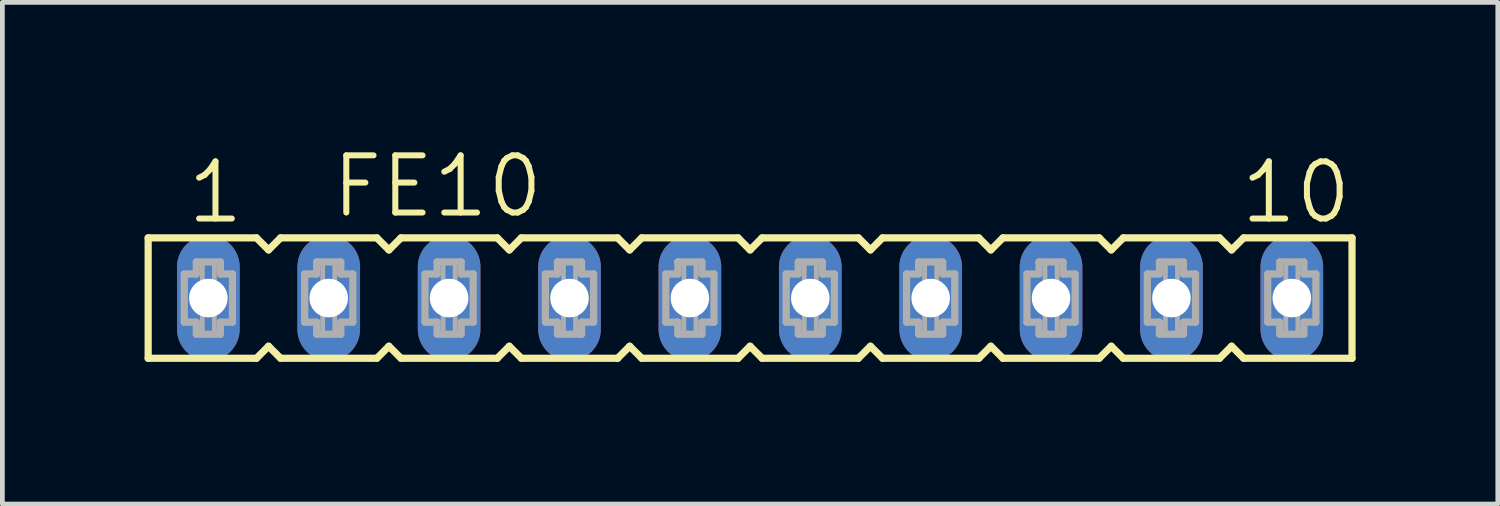
<source format=kicad_pcb>
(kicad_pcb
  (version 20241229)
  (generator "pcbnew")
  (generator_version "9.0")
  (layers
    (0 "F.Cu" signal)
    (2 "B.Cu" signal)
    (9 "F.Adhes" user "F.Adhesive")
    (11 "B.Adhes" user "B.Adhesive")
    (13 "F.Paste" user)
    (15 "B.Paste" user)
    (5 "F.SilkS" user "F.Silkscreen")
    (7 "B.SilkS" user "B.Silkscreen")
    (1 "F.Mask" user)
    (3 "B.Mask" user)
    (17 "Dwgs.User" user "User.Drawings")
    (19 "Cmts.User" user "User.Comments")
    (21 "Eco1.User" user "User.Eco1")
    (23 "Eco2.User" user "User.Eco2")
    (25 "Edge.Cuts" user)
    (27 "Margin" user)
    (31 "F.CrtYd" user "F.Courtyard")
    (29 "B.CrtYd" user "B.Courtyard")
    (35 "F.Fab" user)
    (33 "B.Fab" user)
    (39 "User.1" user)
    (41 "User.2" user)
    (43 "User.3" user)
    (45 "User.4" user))
  (footprint "FE10"
    (layer "F.Cu")
    (at 12.776 3.239)
    (property "Reference" "FE10" (at -8.89 -1.651 0) (layer "F.SilkS") (effects (font (size 1.206 1.206) (thickness 0.127)) (justify left bottom)))
    (attr through_hole)
    (fp_line (start -12.7 -1.27) (end -12.7 1.27) (stroke (width 0.152) (type solid)) (layer "F.SilkS"))
    (fp_line (start -12.7 1.27) (end -10.414 1.27) (stroke (width 0.152) (type solid)) (layer "F.SilkS"))
    (fp_line (start -10.414 -1.27) (end -12.7 -1.27) (stroke (width 0.152) (type solid)) (layer "F.SilkS"))
    (fp_line (start -10.414 1.27) (end -10.16 1.016) (stroke (width 0.152) (type solid)) (layer "F.SilkS"))
    (fp_line (start -10.16 -1.016) (end -10.414 -1.27) (stroke (width 0.152) (type solid)) (layer "F.SilkS"))
    (fp_line (start -10.16 1.016) (end -9.906 1.27) (stroke (width 0.152) (type solid)) (layer "F.SilkS"))
    (fp_line (start -9.906 -1.27) (end -10.16 -1.016) (stroke (width 0.152) (type solid)) (layer "F.SilkS"))
    (fp_line (start -9.906 1.27) (end -7.874 1.27) (stroke (width 0.152) (type solid)) (layer "F.SilkS"))
    (fp_line (start -7.874 -1.27) (end -9.906 -1.27) (stroke (width 0.152) (type solid)) (layer "F.SilkS"))
    (fp_line (start -7.874 1.27) (end -7.62 1.016) (stroke (width 0.152) (type solid)) (layer "F.SilkS"))
    (fp_line (start -7.62 -1.016) (end -7.874 -1.27) (stroke (width 0.152) (type solid)) (layer "F.SilkS"))
    (fp_line (start -7.62 1.016) (end -7.366 1.27) (stroke (width 0.152) (type solid)) (layer "F.SilkS"))
    (fp_line (start -7.366 -1.27) (end -7.62 -1.016) (stroke (width 0.152) (type solid)) (layer "F.SilkS"))
    (fp_line (start -7.366 1.27) (end -5.334 1.27) (stroke (width 0.152) (type solid)) (layer "F.SilkS"))
    (fp_line (start -5.334 -1.27) (end -7.366 -1.27) (stroke (width 0.152) (type solid)) (layer "F.SilkS"))
    (fp_line (start -5.334 1.27) (end -5.08 1.016) (stroke (width 0.152) (type solid)) (layer "F.SilkS"))
    (fp_line (start -5.08 -1.016) (end -5.334 -1.27) (stroke (width 0.152) (type solid)) (layer "F.SilkS"))
    (fp_line (start -5.08 1.016) (end -4.826 1.27) (stroke (width 0.152) (type solid)) (layer "F.SilkS"))
    (fp_line (start -4.826 -1.27) (end -5.08 -1.016) (stroke (width 0.152) (type solid)) (layer "F.SilkS"))
    (fp_line (start -4.826 1.27) (end -2.794 1.27) (stroke (width 0.152) (type solid)) (layer "F.SilkS"))
    (fp_line (start -2.794 -1.27) (end -4.826 -1.27) (stroke (width 0.152) (type solid)) (layer "F.SilkS"))
    (fp_line (start -2.794 1.27) (end -2.54 1.016) (stroke (width 0.152) (type solid)) (layer "F.SilkS"))
    (fp_line (start -2.54 -1.016) (end -2.794 -1.27) (stroke (width 0.152) (type solid)) (layer "F.SilkS"))
    (fp_line (start -2.54 1.016) (end -2.286 1.27) (stroke (width 0.152) (type solid)) (layer "F.SilkS"))
    (fp_line (start -2.286 -1.27) (end -2.54 -1.016) (stroke (width 0.152) (type solid)) (layer "F.SilkS"))
    (fp_line (start -2.286 1.27) (end -0.254 1.27) (stroke (width 0.152) (type solid)) (layer "F.SilkS"))
    (fp_line (start -0.254 -1.27) (end -2.286 -1.27) (stroke (width 0.152) (type solid)) (layer "F.SilkS"))
    (fp_line (start -0.254 1.27) (end 0 1.016) (stroke (width 0.152) (type solid)) (layer "F.SilkS"))
    (fp_line (start 0 -1.016) (end -0.254 -1.27) (stroke (width 0.152) (type solid)) (layer "F.SilkS"))
    (fp_line (start 0 1.016) (end 0.254 1.27) (stroke (width 0.152) (type solid)) (layer "F.SilkS"))
    (fp_line (start 0.254 -1.27) (end 0 -1.016) (stroke (width 0.152) (type solid)) (layer "F.SilkS"))
    (fp_line (start 0.254 1.27) (end 2.286 1.27) (stroke (width 0.152) (type solid)) (layer "F.SilkS"))
    (fp_line (start 2.286 -1.27) (end 0.254 -1.27) (stroke (width 0.152) (type solid)) (layer "F.SilkS"))
    (fp_line (start 2.286 1.27) (end 2.54 1.016) (stroke (width 0.152) (type solid)) (layer "F.SilkS"))
    (fp_line (start 2.54 -1.016) (end 2.286 -1.27) (stroke (width 0.152) (type solid)) (layer "F.SilkS"))
    (fp_line (start 2.54 1.016) (end 2.794 1.27) (stroke (width 0.152) (type solid)) (layer "F.SilkS"))
    (fp_line (start 2.794 -1.27) (end 2.54 -1.016) (stroke (width 0.152) (type solid)) (layer "F.SilkS"))
    (fp_line (start 2.794 1.27) (end 4.826 1.27) (stroke (width 0.152) (type solid)) (layer "F.SilkS"))
    (fp_line (start 4.826 -1.27) (end 2.794 -1.27) (stroke (width 0.152) (type solid)) (layer "F.SilkS"))
    (fp_line (start 4.826 1.27) (end 5.08 1.016) (stroke (width 0.152) (type solid)) (layer "F.SilkS"))
    (fp_line (start 5.08 -1.016) (end 4.826 -1.27) (stroke (width 0.152) (type solid)) (layer "F.SilkS"))
    (fp_line (start 5.08 1.016) (end 5.334 1.27) (stroke (width 0.152) (type solid)) (layer "F.SilkS"))
    (fp_line (start 5.334 -1.27) (end 5.08 -1.016) (stroke (width 0.152) (type solid)) (layer "F.SilkS"))
    (fp_line (start 5.334 1.27) (end 7.366 1.27) (stroke (width 0.152) (type solid)) (layer "F.SilkS"))
    (fp_line (start 7.366 -1.27) (end 5.334 -1.27) (stroke (width 0.152) (type solid)) (layer "F.SilkS"))
    (fp_line (start 7.366 1.27) (end 7.62 1.016) (stroke (width 0.152) (type solid)) (layer "F.SilkS"))
    (fp_line (start 7.62 -1.016) (end 7.366 -1.27) (stroke (width 0.152) (type solid)) (layer "F.SilkS"))
    (fp_line (start 7.62 1.016) (end 7.874 1.27) (stroke (width 0.152) (type solid)) (layer "F.SilkS"))
    (fp_line (start 7.874 -1.27) (end 7.62 -1.016) (stroke (width 0.152) (type solid)) (layer "F.SilkS"))
    (fp_line (start 7.874 1.27) (end 9.906 1.27) (stroke (width 0.152) (type solid)) (layer "F.SilkS"))
    (fp_line (start 9.906 -1.27) (end 7.874 -1.27) (stroke (width 0.152) (type solid)) (layer "F.SilkS"))
    (fp_line (start 9.906 1.27) (end 10.16 1.016) (stroke (width 0.152) (type solid)) (layer "F.SilkS"))
    (fp_line (start 10.16 -1.016) (end 9.906 -1.27) (stroke (width 0.152) (type solid)) (layer "F.SilkS"))
    (fp_line (start 10.16 1.016) (end 10.414 1.27) (stroke (width 0.152) (type solid)) (layer "F.SilkS"))
    (fp_line (start 10.414 -1.27) (end 10.16 -1.016) (stroke (width 0.152) (type solid)) (layer "F.SilkS"))
    (fp_line (start 10.414 1.27) (end 12.7 1.27) (stroke (width 0.152) (type solid)) (layer "F.SilkS"))
    (fp_line (start 12.7 -1.27) (end 10.414 -1.27) (stroke (width 0.152) (type solid)) (layer "F.SilkS"))
    (fp_line (start 12.7 1.27) (end 12.7 -1.27) (stroke (width 0.152) (type solid)) (layer "F.SilkS"))
    (fp_line (start -11.938 -0.508) (end -11.938 0.508) (stroke (width 0.152) (type solid)) (layer "F.Fab"))
    (fp_line (start -11.938 0.508) (end -11.684 0.508) (stroke (width 0.152) (type solid)) (layer "F.Fab"))
    (fp_line (start -11.684 -0.762) (end -11.684 -0.508) (stroke (width 0.152) (type solid)) (layer "F.Fab"))
    (fp_line (start -11.684 -0.508) (end -11.938 -0.508) (stroke (width 0.152) (type solid)) (layer "F.Fab"))
    (fp_line (start -11.684 0.508) (end -11.684 0.762) (stroke (width 0.152) (type solid)) (layer "F.Fab"))
    (fp_line (start -11.684 0.762) (end -11.176 0.762) (stroke (width 0.152) (type solid)) (layer "F.Fab"))
    (fp_line (start -11.176 -0.762) (end -11.684 -0.762) (stroke (width 0.152) (type solid)) (layer "F.Fab"))
    (fp_line (start -11.176 -0.508) (end -11.176 -0.762) (stroke (width 0.152) (type solid)) (layer "F.Fab"))
    (fp_line (start -11.176 0.508) (end -10.922 0.508) (stroke (width 0.152) (type solid)) (layer "F.Fab"))
    (fp_line (start -11.176 0.762) (end -11.176 0.508) (stroke (width 0.152) (type solid)) (layer "F.Fab"))
    (fp_line (start -10.922 -0.508) (end -11.176 -0.508) (stroke (width 0.152) (type solid)) (layer "F.Fab"))
    (fp_line (start -10.922 0.508) (end -10.922 -0.508) (stroke (width 0.152) (type solid)) (layer "F.Fab"))
    (fp_line (start -9.398 -0.508) (end -9.398 0.508) (stroke (width 0.152) (type solid)) (layer "F.Fab"))
    (fp_line (start -9.398 0.508) (end -9.144 0.508) (stroke (width 0.152) (type solid)) (layer "F.Fab"))
    (fp_line (start -9.144 -0.762) (end -9.144 -0.508) (stroke (width 0.152) (type solid)) (layer "F.Fab"))
    (fp_line (start -9.144 -0.508) (end -9.398 -0.508) (stroke (width 0.152) (type solid)) (layer "F.Fab"))
    (fp_line (start -9.144 0.508) (end -9.144 0.762) (stroke (width 0.152) (type solid)) (layer "F.Fab"))
    (fp_line (start -9.144 0.762) (end -8.636 0.762) (stroke (width 0.152) (type solid)) (layer "F.Fab"))
    (fp_line (start -8.636 -0.762) (end -9.144 -0.762) (stroke (width 0.152) (type solid)) (layer "F.Fab"))
    (fp_line (start -8.636 -0.508) (end -8.636 -0.762) (stroke (width 0.152) (type solid)) (layer "F.Fab"))
    (fp_line (start -8.636 0.508) (end -8.382 0.508) (stroke (width 0.152) (type solid)) (layer "F.Fab"))
    (fp_line (start -8.636 0.762) (end -8.636 0.508) (stroke (width 0.152) (type solid)) (layer "F.Fab"))
    (fp_line (start -8.382 -0.508) (end -8.636 -0.508) (stroke (width 0.152) (type solid)) (layer "F.Fab"))
    (fp_line (start -8.382 0.508) (end -8.382 -0.508) (stroke (width 0.152) (type solid)) (layer "F.Fab"))
    (fp_line (start -6.858 -0.508) (end -6.858 0.508) (stroke (width 0.152) (type solid)) (layer "F.Fab"))
    (fp_line (start -6.858 0.508) (end -6.604 0.508) (stroke (width 0.152) (type solid)) (layer "F.Fab"))
    (fp_line (start -6.604 -0.762) (end -6.604 -0.508) (stroke (width 0.152) (type solid)) (layer "F.Fab"))
    (fp_line (start -6.604 -0.508) (end -6.858 -0.508) (stroke (width 0.152) (type solid)) (layer "F.Fab"))
    (fp_line (start -6.604 0.508) (end -6.604 0.762) (stroke (width 0.152) (type solid)) (layer "F.Fab"))
    (fp_line (start -6.604 0.762) (end -6.096 0.762) (stroke (width 0.152) (type solid)) (layer "F.Fab"))
    (fp_line (start -6.096 -0.762) (end -6.604 -0.762) (stroke (width 0.152) (type solid)) (layer "F.Fab"))
    (fp_line (start -6.096 -0.508) (end -6.096 -0.762) (stroke (width 0.152) (type solid)) (layer "F.Fab"))
    (fp_line (start -6.096 0.508) (end -5.842 0.508) (stroke (width 0.152) (type solid)) (layer "F.Fab"))
    (fp_line (start -6.096 0.762) (end -6.096 0.508) (stroke (width 0.152) (type solid)) (layer "F.Fab"))
    (fp_line (start -5.842 -0.508) (end -6.096 -0.508) (stroke (width 0.152) (type solid)) (layer "F.Fab"))
    (fp_line (start -5.842 0.508) (end -5.842 -0.508) (stroke (width 0.152) (type solid)) (layer "F.Fab"))
    (fp_line (start -4.318 -0.508) (end -4.318 0.508) (stroke (width 0.152) (type solid)) (layer "F.Fab"))
    (fp_line (start -4.318 0.508) (end -4.064 0.508) (stroke (width 0.152) (type solid)) (layer "F.Fab"))
    (fp_line (start -4.064 -0.762) (end -4.064 -0.508) (stroke (width 0.152) (type solid)) (layer "F.Fab"))
    (fp_line (start -4.064 -0.508) (end -4.318 -0.508) (stroke (width 0.152) (type solid)) (layer "F.Fab"))
    (fp_line (start -4.064 0.508) (end -4.064 0.762) (stroke (width 0.152) (type solid)) (layer "F.Fab"))
    (fp_line (start -4.064 0.762) (end -3.556 0.762) (stroke (width 0.152) (type solid)) (layer "F.Fab"))
    (fp_line (start -3.556 -0.762) (end -4.064 -0.762) (stroke (width 0.152) (type solid)) (layer "F.Fab"))
    (fp_line (start -3.556 -0.508) (end -3.556 -0.762) (stroke (width 0.152) (type solid)) (layer "F.Fab"))
    (fp_line (start -3.556 0.508) (end -3.302 0.508) (stroke (width 0.152) (type solid)) (layer "F.Fab"))
    (fp_line (start -3.556 0.762) (end -3.556 0.508) (stroke (width 0.152) (type solid)) (layer "F.Fab"))
    (fp_line (start -3.302 -0.508) (end -3.556 -0.508) (stroke (width 0.152) (type solid)) (layer "F.Fab"))
    (fp_line (start -3.302 0.508) (end -3.302 -0.508) (stroke (width 0.152) (type solid)) (layer "F.Fab"))
    (fp_line (start -1.778 -0.508) (end -1.778 0.508) (stroke (width 0.152) (type solid)) (layer "F.Fab"))
    (fp_line (start -1.778 0.508) (end -1.524 0.508) (stroke (width 0.152) (type solid)) (layer "F.Fab"))
    (fp_line (start -1.524 -0.762) (end -1.524 -0.508) (stroke (width 0.152) (type solid)) (layer "F.Fab"))
    (fp_line (start -1.524 -0.508) (end -1.778 -0.508) (stroke (width 0.152) (type solid)) (layer "F.Fab"))
    (fp_line (start -1.524 0.508) (end -1.524 0.762) (stroke (width 0.152) (type solid)) (layer "F.Fab"))
    (fp_line (start -1.524 0.762) (end -1.016 0.762) (stroke (width 0.152) (type solid)) (layer "F.Fab"))
    (fp_line (start -1.016 -0.762) (end -1.524 -0.762) (stroke (width 0.152) (type solid)) (layer "F.Fab"))
    (fp_line (start -1.016 -0.508) (end -1.016 -0.762) (stroke (width 0.152) (type solid)) (layer "F.Fab"))
    (fp_line (start -1.016 0.508) (end -0.762 0.508) (stroke (width 0.152) (type solid)) (layer "F.Fab"))
    (fp_line (start -1.016 0.762) (end -1.016 0.508) (stroke (width 0.152) (type solid)) (layer "F.Fab"))
    (fp_line (start -0.762 -0.508) (end -1.016 -0.508) (stroke (width 0.152) (type solid)) (layer "F.Fab"))
    (fp_line (start -0.762 0.508) (end -0.762 -0.508) (stroke (width 0.152) (type solid)) (layer "F.Fab"))
    (fp_line (start 0.762 -0.508) (end 0.762 0.508) (stroke (width 0.152) (type solid)) (layer "F.Fab"))
    (fp_line (start 0.762 0.508) (end 1.016 0.508) (stroke (width 0.152) (type solid)) (layer "F.Fab"))
    (fp_line (start 1.016 -0.762) (end 1.016 -0.508) (stroke (width 0.152) (type solid)) (layer "F.Fab"))
    (fp_line (start 1.016 -0.508) (end 0.762 -0.508) (stroke (width 0.152) (type solid)) (layer "F.Fab"))
    (fp_line (start 1.016 0.508) (end 1.016 0.762) (stroke (width 0.152) (type solid)) (layer "F.Fab"))
    (fp_line (start 1.016 0.762) (end 1.524 0.762) (stroke (width 0.152) (type solid)) (layer "F.Fab"))
    (fp_line (start 1.524 -0.762) (end 1.016 -0.762) (stroke (width 0.152) (type solid)) (layer "F.Fab"))
    (fp_line (start 1.524 -0.508) (end 1.524 -0.762) (stroke (width 0.152) (type solid)) (layer "F.Fab"))
    (fp_line (start 1.524 0.508) (end 1.778 0.508) (stroke (width 0.152) (type solid)) (layer "F.Fab"))
    (fp_line (start 1.524 0.762) (end 1.524 0.508) (stroke (width 0.152) (type solid)) (layer "F.Fab"))
    (fp_line (start 1.778 -0.508) (end 1.524 -0.508) (stroke (width 0.152) (type solid)) (layer "F.Fab"))
    (fp_line (start 1.778 0.508) (end 1.778 -0.508) (stroke (width 0.152) (type solid)) (layer "F.Fab"))
    (fp_line (start 3.302 -0.508) (end 3.302 0.508) (stroke (width 0.152) (type solid)) (layer "F.Fab"))
    (fp_line (start 3.302 0.508) (end 3.556 0.508) (stroke (width 0.152) (type solid)) (layer "F.Fab"))
    (fp_line (start 3.556 -0.762) (end 3.556 -0.508) (stroke (width 0.152) (type solid)) (layer "F.Fab"))
    (fp_line (start 3.556 -0.508) (end 3.302 -0.508) (stroke (width 0.152) (type solid)) (layer "F.Fab"))
    (fp_line (start 3.556 0.508) (end 3.556 0.762) (stroke (width 0.152) (type solid)) (layer "F.Fab"))
    (fp_line (start 3.556 0.762) (end 4.064 0.762) (stroke (width 0.152) (type solid)) (layer "F.Fab"))
    (fp_line (start 4.064 -0.762) (end 3.556 -0.762) (stroke (width 0.152) (type solid)) (layer "F.Fab"))
    (fp_line (start 4.064 -0.508) (end 4.064 -0.762) (stroke (width 0.152) (type solid)) (layer "F.Fab"))
    (fp_line (start 4.064 0.508) (end 4.318 0.508) (stroke (width 0.152) (type solid)) (layer "F.Fab"))
    (fp_line (start 4.064 0.762) (end 4.064 0.508) (stroke (width 0.152) (type solid)) (layer "F.Fab"))
    (fp_line (start 4.318 -0.508) (end 4.064 -0.508) (stroke (width 0.152) (type solid)) (layer "F.Fab"))
    (fp_line (start 4.318 0.508) (end 4.318 -0.508) (stroke (width 0.152) (type solid)) (layer "F.Fab"))
    (fp_line (start 5.842 -0.508) (end 5.842 0.508) (stroke (width 0.152) (type solid)) (layer "F.Fab"))
    (fp_line (start 5.842 0.508) (end 6.096 0.508) (stroke (width 0.152) (type solid)) (layer "F.Fab"))
    (fp_line (start 6.096 -0.762) (end 6.096 -0.508) (stroke (width 0.152) (type solid)) (layer "F.Fab"))
    (fp_line (start 6.096 -0.508) (end 5.842 -0.508) (stroke (width 0.152) (type solid)) (layer "F.Fab"))
    (fp_line (start 6.096 0.508) (end 6.096 0.762) (stroke (width 0.152) (type solid)) (layer "F.Fab"))
    (fp_line (start 6.096 0.762) (end 6.604 0.762) (stroke (width 0.152) (type solid)) (layer "F.Fab"))
    (fp_line (start 6.604 -0.762) (end 6.096 -0.762) (stroke (width 0.152) (type solid)) (layer "F.Fab"))
    (fp_line (start 6.604 -0.508) (end 6.604 -0.762) (stroke (width 0.152) (type solid)) (layer "F.Fab"))
    (fp_line (start 6.604 0.508) (end 6.858 0.508) (stroke (width 0.152) (type solid)) (layer "F.Fab"))
    (fp_line (start 6.604 0.762) (end 6.604 0.508) (stroke (width 0.152) (type solid)) (layer "F.Fab"))
    (fp_line (start 6.858 -0.508) (end 6.604 -0.508) (stroke (width 0.152) (type solid)) (layer "F.Fab"))
    (fp_line (start 6.858 0.508) (end 6.858 -0.508) (stroke (width 0.152) (type solid)) (layer "F.Fab"))
    (fp_line (start 8.382 -0.508) (end 8.382 0.508) (stroke (width 0.152) (type solid)) (layer "F.Fab"))
    (fp_line (start 8.382 0.508) (end 8.636 0.508) (stroke (width 0.152) (type solid)) (layer "F.Fab"))
    (fp_line (start 8.636 -0.762) (end 8.636 -0.508) (stroke (width 0.152) (type solid)) (layer "F.Fab"))
    (fp_line (start 8.636 -0.508) (end 8.382 -0.508) (stroke (width 0.152) (type solid)) (layer "F.Fab"))
    (fp_line (start 8.636 0.508) (end 8.636 0.762) (stroke (width 0.152) (type solid)) (layer "F.Fab"))
    (fp_line (start 8.636 0.762) (end 9.144 0.762) (stroke (width 0.152) (type solid)) (layer "F.Fab"))
    (fp_line (start 9.144 -0.762) (end 8.636 -0.762) (stroke (width 0.152) (type solid)) (layer "F.Fab"))
    (fp_line (start 9.144 -0.508) (end 9.144 -0.762) (stroke (width 0.152) (type solid)) (layer "F.Fab"))
    (fp_line (start 9.144 0.508) (end 9.398 0.508) (stroke (width 0.152) (type solid)) (layer "F.Fab"))
    (fp_line (start 9.144 0.762) (end 9.144 0.508) (stroke (width 0.152) (type solid)) (layer "F.Fab"))
    (fp_line (start 9.398 -0.508) (end 9.144 -0.508) (stroke (width 0.152) (type solid)) (layer "F.Fab"))
    (fp_line (start 9.398 0.508) (end 9.398 -0.508) (stroke (width 0.152) (type solid)) (layer "F.Fab"))
    (fp_line (start 10.922 -0.508) (end 10.922 0.508) (stroke (width 0.152) (type solid)) (layer "F.Fab"))
    (fp_line (start 10.922 0.508) (end 11.176 0.508) (stroke (width 0.152) (type solid)) (layer "F.Fab"))
    (fp_line (start 11.176 -0.762) (end 11.176 -0.508) (stroke (width 0.152) (type solid)) (layer "F.Fab"))
    (fp_line (start 11.176 -0.508) (end 10.922 -0.508) (stroke (width 0.152) (type solid)) (layer "F.Fab"))
    (fp_line (start 11.176 0.508) (end 11.176 0.762) (stroke (width 0.152) (type solid)) (layer "F.Fab"))
    (fp_line (start 11.176 0.762) (end 11.684 0.762) (stroke (width 0.152) (type solid)) (layer "F.Fab"))
    (fp_line (start 11.684 -0.762) (end 11.176 -0.762) (stroke (width 0.152) (type solid)) (layer "F.Fab"))
    (fp_line (start 11.684 -0.508) (end 11.684 -0.762) (stroke (width 0.152) (type solid)) (layer "F.Fab"))
    (fp_line (start 11.684 0.508) (end 11.938 0.508) (stroke (width 0.152) (type solid)) (layer "F.Fab"))
    (fp_line (start 11.684 0.762) (end 11.684 0.508) (stroke (width 0.152) (type solid)) (layer "F.Fab"))
    (fp_line (start 11.938 -0.508) (end 11.684 -0.508) (stroke (width 0.152) (type solid)) (layer "F.Fab"))
    (fp_line (start 11.938 0.508) (end 11.938 -0.508) (stroke (width 0.152) (type solid)) (layer "F.Fab"))
    (fp_poly (pts (xy -11.557 -0.254) (xy -11.303 -0.254) (xy -11.303 -0.762) (xy -11.557 -0.762)) (stroke (width 0.1) (type solid)) (fill no) (layer "F.Fab"))
    (fp_poly (pts (xy -11.557 0.762) (xy -11.303 0.762) (xy -11.303 0.254) (xy -11.557 0.254)) (stroke (width 0.1) (type solid)) (fill no) (layer "F.Fab"))
    (fp_poly (pts (xy -9.017 -0.254) (xy -8.763 -0.254) (xy -8.763 -0.762) (xy -9.017 -0.762)) (stroke (width 0.1) (type solid)) (fill no) (layer "F.Fab"))
    (fp_poly (pts (xy -9.017 0.762) (xy -8.763 0.762) (xy -8.763 0.254) (xy -9.017 0.254)) (stroke (width 0.1) (type solid)) (fill no) (layer "F.Fab"))
    (fp_poly (pts (xy -6.477 -0.254) (xy -6.223 -0.254) (xy -6.223 -0.762) (xy -6.477 -0.762)) (stroke (width 0.1) (type solid)) (fill no) (layer "F.Fab"))
    (fp_poly (pts (xy -6.477 0.762) (xy -6.223 0.762) (xy -6.223 0.254) (xy -6.477 0.254)) (stroke (width 0.1) (type solid)) (fill no) (layer "F.Fab"))
    (fp_poly (pts (xy -3.937 -0.254) (xy -3.683 -0.254) (xy -3.683 -0.762) (xy -3.937 -0.762)) (stroke (width 0.1) (type solid)) (fill no) (layer "F.Fab"))
    (fp_poly (pts (xy -3.937 0.762) (xy -3.683 0.762) (xy -3.683 0.254) (xy -3.937 0.254)) (stroke (width 0.1) (type solid)) (fill no) (layer "F.Fab"))
    (fp_poly (pts (xy -1.397 -0.254) (xy -1.143 -0.254) (xy -1.143 -0.762) (xy -1.397 -0.762)) (stroke (width 0.1) (type solid)) (fill no) (layer "F.Fab"))
    (fp_poly (pts (xy -1.397 0.762) (xy -1.143 0.762) (xy -1.143 0.254) (xy -1.397 0.254)) (stroke (width 0.1) (type solid)) (fill no) (layer "F.Fab"))
    (fp_poly (pts (xy 1.143 -0.254) (xy 1.397 -0.254) (xy 1.397 -0.762) (xy 1.143 -0.762)) (stroke (width 0.1) (type solid)) (fill no) (layer "F.Fab"))
    (fp_poly (pts (xy 1.143 0.762) (xy 1.397 0.762) (xy 1.397 0.254) (xy 1.143 0.254)) (stroke (width 0.1) (type solid)) (fill no) (layer "F.Fab"))
    (fp_poly (pts (xy 3.683 -0.254) (xy 3.937 -0.254) (xy 3.937 -0.762) (xy 3.683 -0.762)) (stroke (width 0.1) (type solid)) (fill no) (layer "F.Fab"))
    (fp_poly (pts (xy 3.683 0.762) (xy 3.937 0.762) (xy 3.937 0.254) (xy 3.683 0.254)) (stroke (width 0.1) (type solid)) (fill no) (layer "F.Fab"))
    (fp_poly (pts (xy 6.223 -0.254) (xy 6.477 -0.254) (xy 6.477 -0.762) (xy 6.223 -0.762)) (stroke (width 0.1) (type solid)) (fill no) (layer "F.Fab"))
    (fp_poly (pts (xy 6.223 0.762) (xy 6.477 0.762) (xy 6.477 0.254) (xy 6.223 0.254)) (stroke (width 0.1) (type solid)) (fill no) (layer "F.Fab"))
    (fp_poly (pts (xy 8.763 -0.254) (xy 9.017 -0.254) (xy 9.017 -0.762) (xy 8.763 -0.762)) (stroke (width 0.1) (type solid)) (fill no) (layer "F.Fab"))
    (fp_poly (pts (xy 8.763 0.762) (xy 9.017 0.762) (xy 9.017 0.254) (xy 8.763 0.254)) (stroke (width 0.1) (type solid)) (fill no) (layer "F.Fab"))
    (fp_poly (pts (xy 11.303 -0.254) (xy 11.557 -0.254) (xy 11.557 -0.762) (xy 11.303 -0.762)) (stroke (width 0.1) (type solid)) (fill no) (layer "F.Fab"))
    (fp_poly (pts (xy 11.303 0.762) (xy 11.557 0.762) (xy 11.557 0.254) (xy 11.303 0.254)) (stroke (width 0.1) (type solid)) (fill no) (layer "F.Fab"))
    (fp_text user "1" (at -11.938 -1.524 0) (layer "F.SilkS") (effects (font (size 1.206 1.206) (thickness 0.127)) (justify left bottom)))
    (fp_text user "10" (at 10.287 -1.524 0) (layer "F.SilkS") (effects (font (size 1.206 1.206) (thickness 0.127)) (justify left bottom)))
    (pad "1" thru_hole oval (at -11.43 0 90) (size 2.642 1.321) (drill 0.813) (layers "*.Cu" "*.Mask"))
    (pad "2" thru_hole oval (at -8.89 0 90) (size 2.642 1.321) (drill 0.813) (layers "*.Cu" "*.Mask"))
    (pad "3" thru_hole oval (at -6.35 0 90) (size 2.642 1.321) (drill 0.813) (layers "*.Cu" "*.Mask"))
    (pad "4" thru_hole oval (at -3.81 0 90) (size 2.642 1.321) (drill 0.813) (layers "*.Cu" "*.Mask"))
    (pad "5" thru_hole oval (at -1.27 0 90) (size 2.642 1.321) (drill 0.813) (layers "*.Cu" "*.Mask"))
    (pad "6" thru_hole oval (at 1.27 0 90) (size 2.642 1.321) (drill 0.813) (layers "*.Cu" "*.Mask"))
    (pad "7" thru_hole oval (at 3.81 0 90) (size 2.642 1.321) (drill 0.813) (layers "*.Cu" "*.Mask"))
    (pad "8" thru_hole oval (at 6.35 0 90) (size 2.642 1.321) (drill 0.813) (layers "*.Cu" "*.Mask"))
    (pad "9" thru_hole oval (at 8.89 0 90) (size 2.642 1.321) (drill 0.813) (layers "*.Cu" "*.Mask"))
    (pad "10" thru_hole oval (at 11.43 0 90) (size 2.642 1.321) (drill 0.813) (layers "*.Cu" "*.Mask")))
  (gr_rect
    (start -3 -3)
    (end 28.552 7.585)
    (stroke (width 0.1) (type default))
    (fill no)
    (layer "Edge.Cuts")))
</source>
